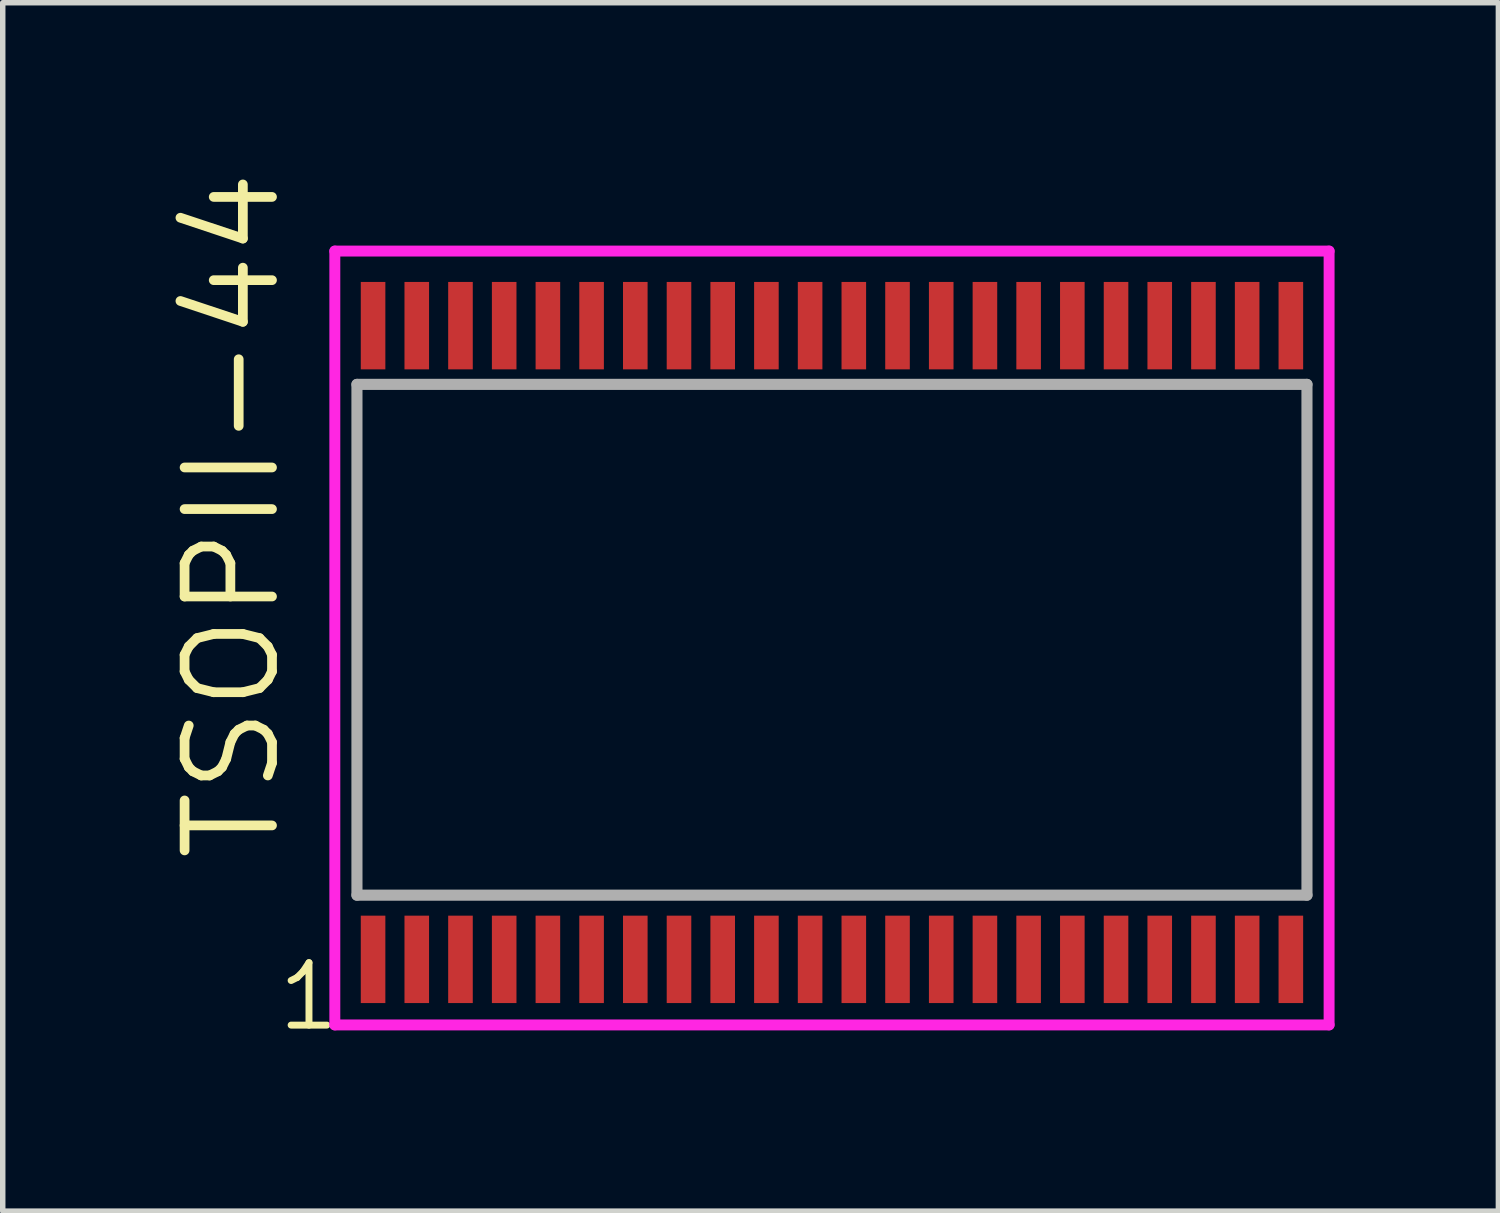
<source format=kicad_pcb>
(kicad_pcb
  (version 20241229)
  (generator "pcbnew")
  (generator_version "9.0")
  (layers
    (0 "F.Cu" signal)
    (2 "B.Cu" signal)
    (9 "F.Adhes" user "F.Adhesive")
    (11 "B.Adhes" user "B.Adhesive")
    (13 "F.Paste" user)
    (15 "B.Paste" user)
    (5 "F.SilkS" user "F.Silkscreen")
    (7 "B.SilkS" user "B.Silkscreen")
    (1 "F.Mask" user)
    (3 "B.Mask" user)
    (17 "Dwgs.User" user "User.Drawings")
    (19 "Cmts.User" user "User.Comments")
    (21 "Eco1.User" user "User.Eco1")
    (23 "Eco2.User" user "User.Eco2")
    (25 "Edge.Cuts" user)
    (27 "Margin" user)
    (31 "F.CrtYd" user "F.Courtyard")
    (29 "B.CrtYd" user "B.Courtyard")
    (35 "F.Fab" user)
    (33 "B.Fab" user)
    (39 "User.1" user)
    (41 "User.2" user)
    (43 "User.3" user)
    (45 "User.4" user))
  (footprint "TSOPII-44"
    (layer "F.Cu")
    (at 12.179 8.711)
    (property "Reference" "TSOPII-44" (at -10.045 4.075 90) (unlocked yes) (layer "F.SilkS") (effects (font (size 1.6 1.6) (thickness 0.178)) (justify left bottom)))
    (fp_line (start -9.1 -7.165) (end 9.1 -7.165) (stroke (width 0.2) (type solid)) (layer "F.CrtYd"))
    (fp_line (start -9.1 7) (end -9.1 -7.165) (stroke (width 0.2) (type solid)) (layer "F.CrtYd"))
    (fp_line (start 9.1 -7.165) (end 9.1 7) (stroke (width 0.2) (type solid)) (layer "F.CrtYd"))
    (fp_line (start 9.1 7) (end -9.1 7) (stroke (width 0.2) (type solid)) (layer "F.CrtYd"))
    (fp_line (start -8.695 -4.725) (end 8.695 -4.725) (stroke (width 0.203) (type solid)) (layer "F.Fab"))
    (fp_line (start -8.695 4.625) (end -8.695 -4.725) (stroke (width 0.203) (type solid)) (layer "F.Fab"))
    (fp_line (start 8.695 -4.725) (end 8.695 4.625) (stroke (width 0.203) (type solid)) (layer "F.Fab"))
    (fp_line (start 8.695 4.625) (end -8.695 4.625) (stroke (width 0.203) (type solid)) (layer "F.Fab"))
    (fp_text user "1" (at -10.201 7.15 0) (unlocked yes) (layer "F.SilkS") (effects (font (size 1.143 1.143) (thickness 0.127)) (justify left bottom)))
    (pad "1" smd rect (at -8.4 5.8) (size 0.45 1.6) (layers "F.Cu" "F.Mask" "F.Paste"))
    (pad "2" smd rect (at -7.6 5.8) (size 0.45 1.6) (layers "F.Cu" "F.Mask" "F.Paste"))
    (pad "3" smd rect (at -6.8 5.8) (size 0.45 1.6) (layers "F.Cu" "F.Mask" "F.Paste"))
    (pad "4" smd rect (at -6 5.8) (size 0.45 1.6) (layers "F.Cu" "F.Mask" "F.Paste"))
    (pad "5" smd rect (at -5.2 5.8) (size 0.45 1.6) (layers "F.Cu" "F.Mask" "F.Paste"))
    (pad "6" smd rect (at -4.4 5.8) (size 0.45 1.6) (layers "F.Cu" "F.Mask" "F.Paste"))
    (pad "7" smd rect (at -3.6 5.8) (size 0.45 1.6) (layers "F.Cu" "F.Mask" "F.Paste"))
    (pad "8" smd rect (at -2.8 5.8) (size 0.45 1.6) (layers "F.Cu" "F.Mask" "F.Paste"))
    (pad "9" smd rect (at -2 5.8) (size 0.45 1.6) (layers "F.Cu" "F.Mask" "F.Paste"))
    (pad "10" smd rect (at -1.2 5.8) (size 0.45 1.6) (layers "F.Cu" "F.Mask" "F.Paste"))
    (pad "11" smd rect (at -0.4 5.8) (size 0.45 1.6) (layers "F.Cu" "F.Mask" "F.Paste"))
    (pad "12" smd rect (at 0.4 5.8) (size 0.45 1.6) (layers "F.Cu" "F.Mask" "F.Paste"))
    (pad "13" smd rect (at 1.2 5.8) (size 0.45 1.6) (layers "F.Cu" "F.Mask" "F.Paste"))
    (pad "14" smd rect (at 2 5.8) (size 0.45 1.6) (layers "F.Cu" "F.Mask" "F.Paste"))
    (pad "15" smd rect (at 2.8 5.8) (size 0.45 1.6) (layers "F.Cu" "F.Mask" "F.Paste"))
    (pad "16" smd rect (at 3.6 5.8) (size 0.45 1.6) (layers "F.Cu" "F.Mask" "F.Paste"))
    (pad "17" smd rect (at 4.4 5.8 180) (size 0.45 1.6) (layers "F.Cu" "F.Mask" "F.Paste"))
    (pad "18" smd rect (at 5.2 5.8 180) (size 0.45 1.6) (layers "F.Cu" "F.Mask" "F.Paste"))
    (pad "19" smd rect (at 6 5.8 180) (size 0.45 1.6) (layers "F.Cu" "F.Mask" "F.Paste"))
    (pad "20" smd rect (at 6.8 5.8 180) (size 0.45 1.6) (layers "F.Cu" "F.Mask" "F.Paste"))
    (pad "21" smd rect (at 7.6 5.8 180) (size 0.45 1.6) (layers "F.Cu" "F.Mask" "F.Paste"))
    (pad "22" smd rect (at 8.4 5.8 180) (size 0.45 1.6) (layers "F.Cu" "F.Mask" "F.Paste"))
    (pad "23" smd rect (at 8.4 -5.8 180) (size 0.45 1.6) (layers "F.Cu" "F.Mask" "F.Paste"))
    (pad "24" smd rect (at 7.6 -5.8 180) (size 0.45 1.6) (layers "F.Cu" "F.Mask" "F.Paste"))
    (pad "25" smd rect (at 6.8 -5.8 180) (size 0.45 1.6) (layers "F.Cu" "F.Mask" "F.Paste"))
    (pad "26" smd rect (at 6 -5.8 180) (size 0.45 1.6) (layers "F.Cu" "F.Mask" "F.Paste"))
    (pad "27" smd rect (at 5.2 -5.8 180) (size 0.45 1.6) (layers "F.Cu" "F.Mask" "F.Paste"))
    (pad "28" smd rect (at 4.4 -5.8 180) (size 0.45 1.6) (layers "F.Cu" "F.Mask" "F.Paste"))
    (pad "29" smd rect (at 3.6 -5.8 180) (size 0.45 1.6) (layers "F.Cu" "F.Mask" "F.Paste"))
    (pad "30" smd rect (at 2.8 -5.8 180) (size 0.45 1.6) (layers "F.Cu" "F.Mask" "F.Paste"))
    (pad "31" smd rect (at 2 -5.8 180) (size 0.45 1.6) (layers "F.Cu" "F.Mask" "F.Paste"))
    (pad "32" smd rect (at 1.2 -5.8 180) (size 0.45 1.6) (layers "F.Cu" "F.Mask" "F.Paste"))
    (pad "33" smd rect (at 0.4 -5.8 180) (size 0.45 1.6) (layers "F.Cu" "F.Mask" "F.Paste"))
    (pad "34" smd rect (at -0.4 -5.8 180) (size 0.45 1.6) (layers "F.Cu" "F.Mask" "F.Paste"))
    (pad "35" smd rect (at -1.2 -5.8 180) (size 0.45 1.6) (layers "F.Cu" "F.Mask" "F.Paste"))
    (pad "36" smd rect (at -2 -5.8 180) (size 0.45 1.6) (layers "F.Cu" "F.Mask" "F.Paste"))
    (pad "37" smd rect (at -2.8 -5.8 180) (size 0.45 1.6) (layers "F.Cu" "F.Mask" "F.Paste"))
    (pad "38" smd rect (at -3.6 -5.8 180) (size 0.45 1.6) (layers "F.Cu" "F.Mask" "F.Paste"))
    (pad "39" smd rect (at -4.4 -5.8) (size 0.45 1.6) (layers "F.Cu" "F.Mask" "F.Paste"))
    (pad "40" smd rect (at -5.2 -5.8) (size 0.45 1.6) (layers "F.Cu" "F.Mask" "F.Paste"))
    (pad "41" smd rect (at -6 -5.8) (size 0.45 1.6) (layers "F.Cu" "F.Mask" "F.Paste"))
    (pad "42" smd rect (at -6.8 -5.8) (size 0.45 1.6) (layers "F.Cu" "F.Mask" "F.Paste"))
    (pad "43" smd rect (at -7.6 -5.8) (size 0.45 1.6) (layers "F.Cu" "F.Mask" "F.Paste"))
    (pad "44" smd rect (at -8.4 -5.8) (size 0.45 1.6) (layers "F.Cu" "F.Mask" "F.Paste")))
  (gr_rect
    (start -3 -3)
    (end 24.378 19.12)
    (stroke (width 0.1) (type default))
    (fill no)
    (layer "Edge.Cuts")))
</source>
